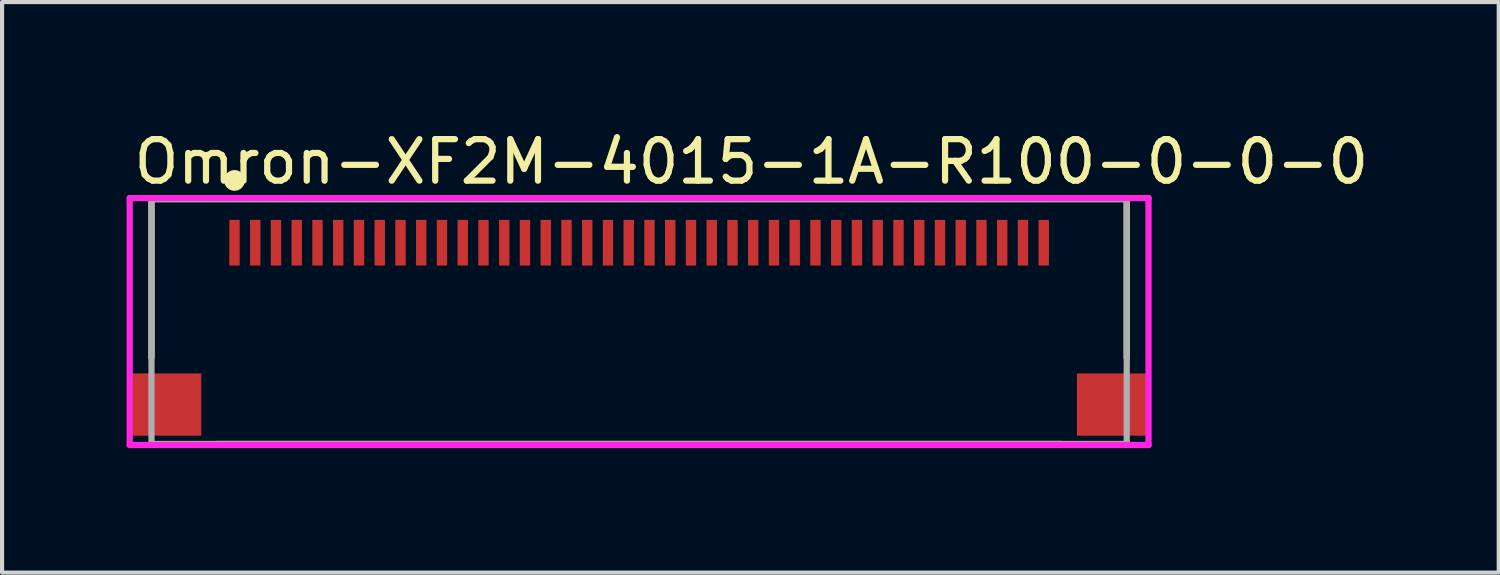
<source format=kicad_pcb>
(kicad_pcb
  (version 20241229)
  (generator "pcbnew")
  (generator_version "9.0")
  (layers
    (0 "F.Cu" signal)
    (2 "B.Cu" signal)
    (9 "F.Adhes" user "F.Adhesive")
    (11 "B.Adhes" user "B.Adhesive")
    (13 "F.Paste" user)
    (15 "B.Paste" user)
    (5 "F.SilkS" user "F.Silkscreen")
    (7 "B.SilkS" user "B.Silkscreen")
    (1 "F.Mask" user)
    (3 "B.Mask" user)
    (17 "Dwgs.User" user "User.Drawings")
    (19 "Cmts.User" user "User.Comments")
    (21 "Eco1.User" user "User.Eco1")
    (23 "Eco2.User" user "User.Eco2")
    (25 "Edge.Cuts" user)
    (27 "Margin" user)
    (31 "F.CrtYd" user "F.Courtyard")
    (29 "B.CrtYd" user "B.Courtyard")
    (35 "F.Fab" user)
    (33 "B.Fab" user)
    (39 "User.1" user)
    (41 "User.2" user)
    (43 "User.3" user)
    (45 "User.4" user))
  (footprint "Omron-XF2M-4015-1A-R100-0-0-0"
    (layer "F.Cu")
    (at 12.35 4.698)
    (property "Reference" "Omron-XF2M-4015-1A-R100-0-0-0" (at -12.25 -3.85 0) (layer "F.SilkS") (effects (font (size 1 1) (thickness 0.15)) (justify left)))
    (attr through_hole)
    (fp_line (start -11.75 -2.95) (end 11.75 -2.95) (stroke (width 0.15) (type solid)) (layer "F.SilkS"))
    (fp_line (start -11.75 0.875) (end -11.75 -2.95) (stroke (width 0.15) (type solid)) (layer "F.SilkS"))
    (fp_line (start -10.175 2.95) (end 10.175 2.95) (stroke (width 0.15) (type solid)) (layer "F.SilkS"))
    (fp_line (start 11.75 0.875) (end 11.75 -2.95) (stroke (width 0.15) (type solid)) (layer "F.SilkS"))
    (fp_circle (center -9.75 -3.4) (end -9.625 -3.4) (stroke (width 0.25) (type solid)) (fill no) (layer "F.SilkS"))
    (fp_line (start -12.275 -2.975) (end -12.275 2.975) (stroke (width 0.15) (type solid)) (layer "F.CrtYd"))
    (fp_line (start -12.275 2.975) (end 12.275 2.975) (stroke (width 0.15) (type solid)) (layer "F.CrtYd"))
    (fp_line (start 12.275 -2.975) (end -12.275 -2.975) (stroke (width 0.15) (type solid)) (layer "F.CrtYd"))
    (fp_line (start 12.275 -2.975) (end 12.275 -2.975) (stroke (width 0.15) (type solid)) (layer "F.CrtYd"))
    (fp_line (start 12.275 2.975) (end 12.275 -2.975) (stroke (width 0.15) (type solid)) (layer "F.CrtYd"))
    (fp_line (start -11.75 -2.95) (end 11.75 -2.95) (stroke (width 0.15) (type solid)) (layer "F.Fab"))
    (fp_line (start -11.75 2.95) (end -11.75 -2.95) (stroke (width 0.15) (type solid)) (layer "F.Fab"))
    (fp_line (start 11.75 -2.95) (end 11.75 2.95) (stroke (width 0.15) (type solid)) (layer "F.Fab"))
    (fp_line (start 11.75 2.95) (end -11.75 2.95) (stroke (width 0.15) (type solid)) (layer "F.Fab"))
    (pad "1" smd rect (at -9.75 -1.9) (size 0.25 1.1) (layers "F.Cu" "F.Mask" "F.Paste"))
    (pad "2" smd rect (at -9.25 -1.9) (size 0.25 1.1) (layers "F.Cu" "F.Mask" "F.Paste"))
    (pad "3" smd rect (at -8.75 -1.9) (size 0.25 1.1) (layers "F.Cu" "F.Mask" "F.Paste"))
    (pad "4" smd rect (at -8.25 -1.9) (size 0.25 1.1) (layers "F.Cu" "F.Mask" "F.Paste"))
    (pad "5" smd rect (at -7.75 -1.9) (size 0.25 1.1) (layers "F.Cu" "F.Mask" "F.Paste"))
    (pad "6" smd rect (at -7.25 -1.9) (size 0.25 1.1) (layers "F.Cu" "F.Mask" "F.Paste"))
    (pad "7" smd rect (at -6.75 -1.9) (size 0.25 1.1) (layers "F.Cu" "F.Mask" "F.Paste"))
    (pad "8" smd rect (at -6.25 -1.9) (size 0.25 1.1) (layers "F.Cu" "F.Mask" "F.Paste"))
    (pad "9" smd rect (at -5.75 -1.9) (size 0.25 1.1) (layers "F.Cu" "F.Mask" "F.Paste"))
    (pad "10" smd rect (at -5.25 -1.9) (size 0.25 1.1) (layers "F.Cu" "F.Mask" "F.Paste"))
    (pad "11" smd rect (at -4.75 -1.9) (size 0.25 1.1) (layers "F.Cu" "F.Mask" "F.Paste"))
    (pad "12" smd rect (at -4.25 -1.9) (size 0.25 1.1) (layers "F.Cu" "F.Mask" "F.Paste"))
    (pad "13" smd rect (at -3.75 -1.9) (size 0.25 1.1) (layers "F.Cu" "F.Mask" "F.Paste"))
    (pad "14" smd rect (at -3.25 -1.9) (size 0.25 1.1) (layers "F.Cu" "F.Mask" "F.Paste"))
    (pad "15" smd rect (at -2.75 -1.9) (size 0.25 1.1) (layers "F.Cu" "F.Mask" "F.Paste"))
    (pad "16" smd rect (at -2.25 -1.9) (size 0.25 1.1) (layers "F.Cu" "F.Mask" "F.Paste"))
    (pad "17" smd rect (at -1.75 -1.9) (size 0.25 1.1) (layers "F.Cu" "F.Mask" "F.Paste"))
    (pad "18" smd rect (at -1.25 -1.9) (size 0.25 1.1) (layers "F.Cu" "F.Mask" "F.Paste"))
    (pad "19" smd rect (at -0.75 -1.9) (size 0.25 1.1) (layers "F.Cu" "F.Mask" "F.Paste"))
    (pad "20" smd rect (at -0.25 -1.9) (size 0.25 1.1) (layers "F.Cu" "F.Mask" "F.Paste"))
    (pad "21" smd rect (at 0.25 -1.9) (size 0.25 1.1) (layers "F.Cu" "F.Mask" "F.Paste"))
    (pad "22" smd rect (at 0.75 -1.9) (size 0.25 1.1) (layers "F.Cu" "F.Mask" "F.Paste"))
    (pad "23" smd rect (at 1.25 -1.9) (size 0.25 1.1) (layers "F.Cu" "F.Mask" "F.Paste"))
    (pad "24" smd rect (at 1.75 -1.9) (size 0.25 1.1) (layers "F.Cu" "F.Mask" "F.Paste"))
    (pad "25" smd rect (at 2.25 -1.9) (size 0.25 1.1) (layers "F.Cu" "F.Mask" "F.Paste"))
    (pad "26" smd rect (at 2.75 -1.9) (size 0.25 1.1) (layers "F.Cu" "F.Mask" "F.Paste"))
    (pad "27" smd rect (at 3.25 -1.9) (size 0.25 1.1) (layers "F.Cu" "F.Mask" "F.Paste"))
    (pad "28" smd rect (at 3.75 -1.9) (size 0.25 1.1) (layers "F.Cu" "F.Mask" "F.Paste"))
    (pad "29" smd rect (at 4.25 -1.9) (size 0.25 1.1) (layers "F.Cu" "F.Mask" "F.Paste"))
    (pad "30" smd rect (at 4.75 -1.9) (size 0.25 1.1) (layers "F.Cu" "F.Mask" "F.Paste"))
    (pad "31" smd rect (at 5.25 -1.9) (size 0.25 1.1) (layers "F.Cu" "F.Mask" "F.Paste"))
    (pad "32" smd rect (at 5.75 -1.9) (size 0.25 1.1) (layers "F.Cu" "F.Mask" "F.Paste"))
    (pad "33" smd rect (at 6.25 -1.9) (size 0.25 1.1) (layers "F.Cu" "F.Mask" "F.Paste"))
    (pad "34" smd rect (at 6.75 -1.9) (size 0.25 1.1) (layers "F.Cu" "F.Mask" "F.Paste"))
    (pad "35" smd rect (at 7.25 -1.9) (size 0.25 1.1) (layers "F.Cu" "F.Mask" "F.Paste"))
    (pad "36" smd rect (at 7.75 -1.9) (size 0.25 1.1) (layers "F.Cu" "F.Mask" "F.Paste"))
    (pad "37" smd rect (at 8.25 -1.9) (size 0.25 1.1) (layers "F.Cu" "F.Mask" "F.Paste"))
    (pad "38" smd rect (at 8.75 -1.9) (size 0.25 1.1) (layers "F.Cu" "F.Mask" "F.Paste"))
    (pad "39" smd rect (at 9.25 -1.9) (size 0.25 1.1) (layers "F.Cu" "F.Mask" "F.Paste"))
    (pad "40" smd rect (at 9.75 -1.9) (size 0.25 1.1) (layers "F.Cu" "F.Mask" "F.Paste"))
    (pad "41" smd rect (at -11.4 2) (size 1.7 1.5) (layers "F.Cu" "F.Mask" "F.Paste"))
    (pad "42" smd rect (at 11.4 2) (size 1.7 1.5) (layers "F.Cu" "F.Mask" "F.Paste")))
  (gr_rect
    (start -3 -3)
    (end 33.064 10.748)
    (stroke (width 0.1) (type default))
    (fill no)
    (layer "Edge.Cuts")))
</source>
